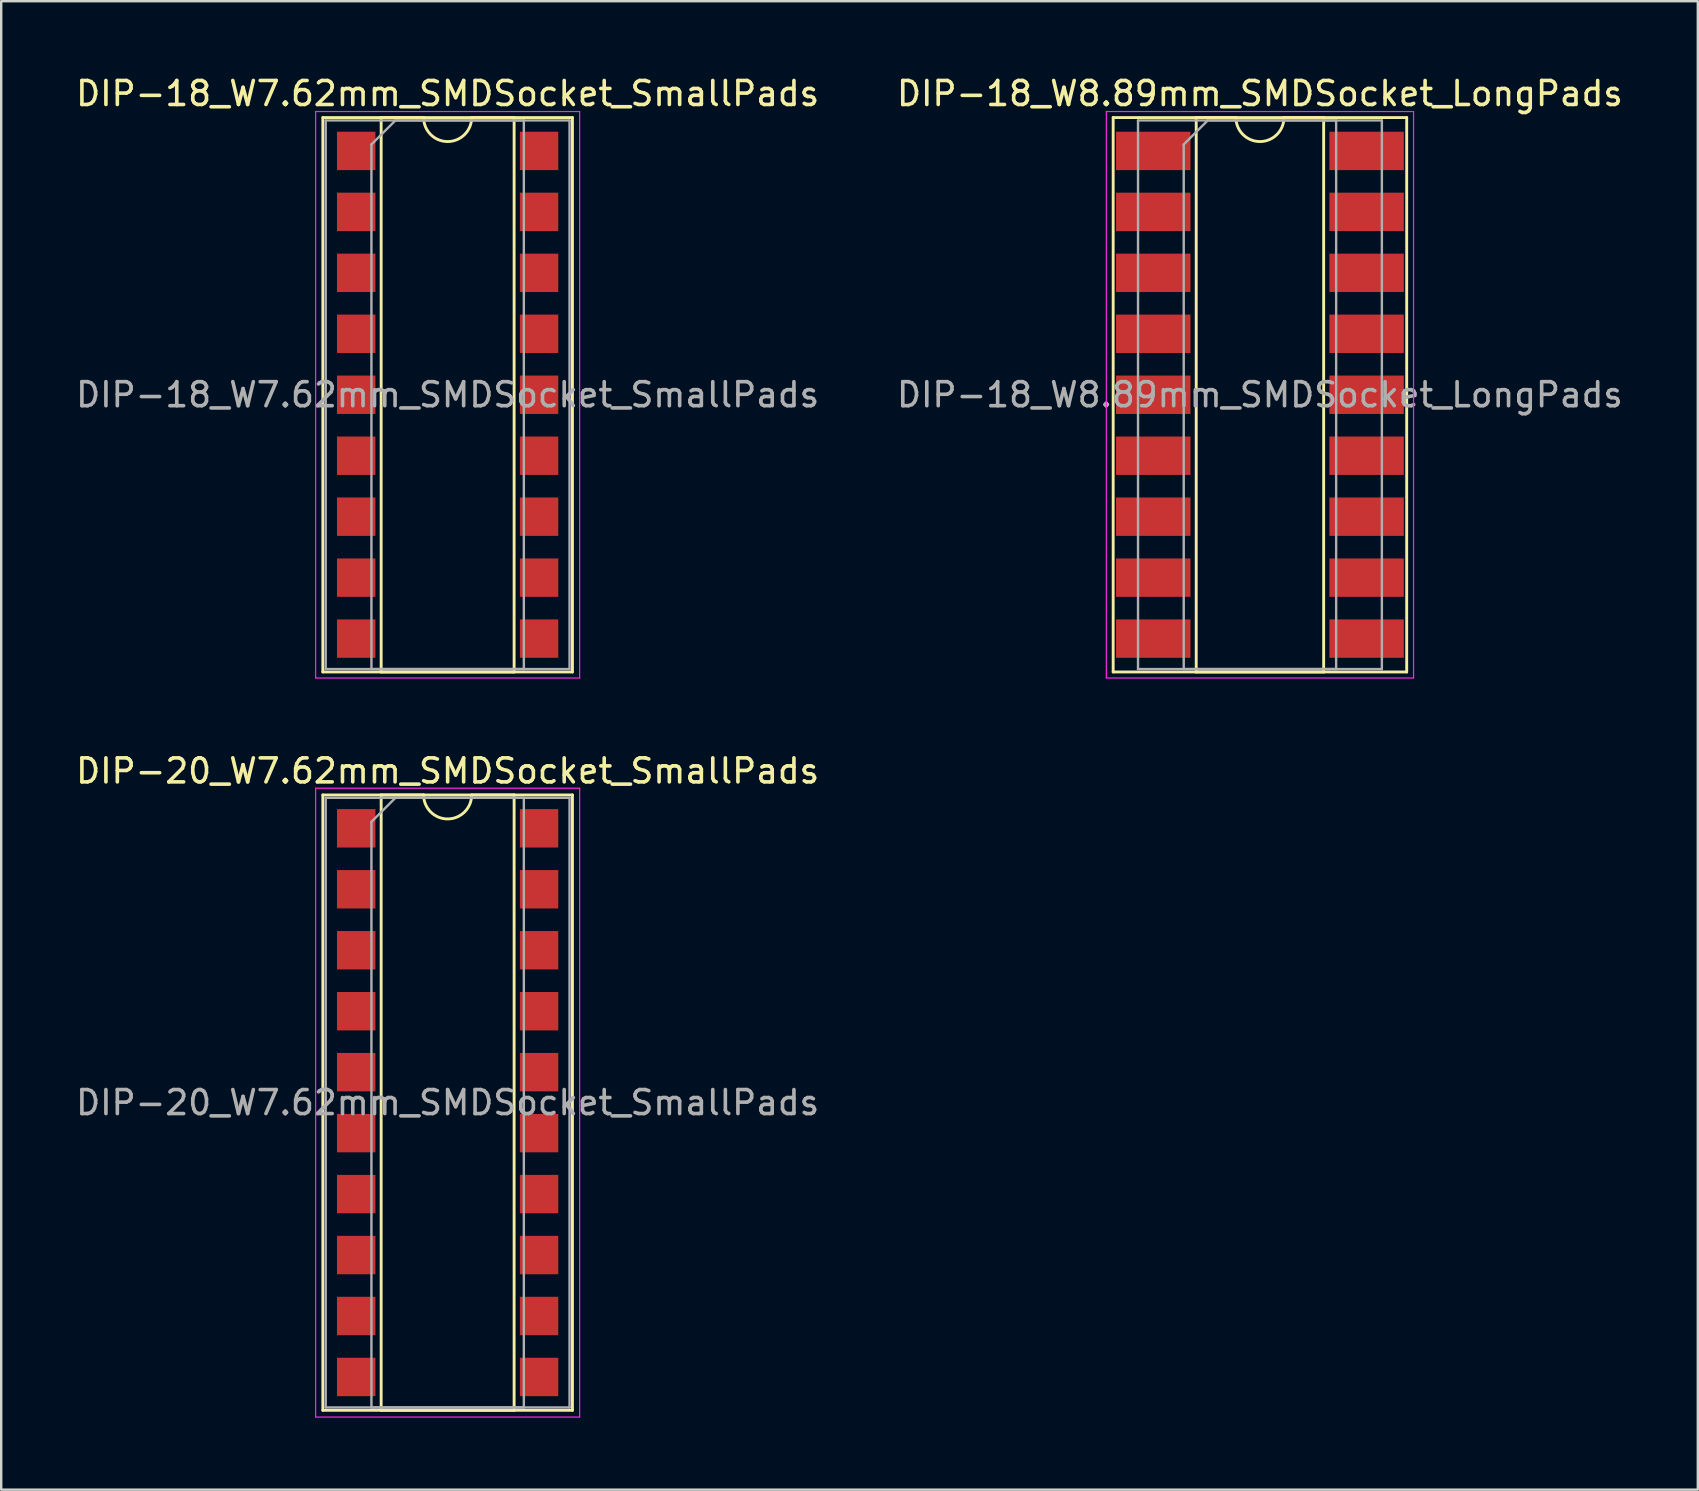
<source format=kicad_pcb>
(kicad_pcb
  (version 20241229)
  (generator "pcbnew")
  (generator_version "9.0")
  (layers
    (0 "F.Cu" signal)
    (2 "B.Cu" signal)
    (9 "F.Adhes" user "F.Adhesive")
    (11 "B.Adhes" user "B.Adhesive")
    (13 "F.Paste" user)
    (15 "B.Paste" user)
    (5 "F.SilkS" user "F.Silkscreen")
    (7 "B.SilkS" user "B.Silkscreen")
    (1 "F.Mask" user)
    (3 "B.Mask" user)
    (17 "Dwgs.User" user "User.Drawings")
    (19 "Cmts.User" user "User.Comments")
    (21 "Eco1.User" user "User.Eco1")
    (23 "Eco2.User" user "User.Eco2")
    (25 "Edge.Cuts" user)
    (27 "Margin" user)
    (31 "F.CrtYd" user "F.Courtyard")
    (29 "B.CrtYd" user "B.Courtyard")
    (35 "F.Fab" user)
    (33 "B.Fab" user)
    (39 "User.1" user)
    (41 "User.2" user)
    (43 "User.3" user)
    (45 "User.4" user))
  (footprint "DIP-18_W8.89mm_SMDSocket_LongPads"
    (layer "F.Cu")
    (at 49.446 13.398)
    (property "Reference" "DIP-18_W8.89mm_SMDSocket_LongPads" (at 0 -12.55 0) (layer "F.SilkS") (effects (font (size 1 1) (thickness 0.15))))
    (attr smd)
    (fp_line (start -6.115 -11.55) (end -6.115 11.55) (stroke (width 0.12) (type solid)) (layer "F.SilkS"))
    (fp_line (start -6.115 11.55) (end 6.115 11.55) (stroke (width 0.12) (type solid)) (layer "F.SilkS"))
    (fp_line (start -2.655 -11.55) (end -2.655 11.55) (stroke (width 0.12) (type solid)) (layer "F.SilkS"))
    (fp_line (start -2.655 11.55) (end 2.655 11.55) (stroke (width 0.12) (type solid)) (layer "F.SilkS"))
    (fp_line (start -1 -11.55) (end -2.655 -11.55) (stroke (width 0.12) (type solid)) (layer "F.SilkS"))
    (fp_line (start 2.655 -11.55) (end 1 -11.55) (stroke (width 0.12) (type solid)) (layer "F.SilkS"))
    (fp_line (start 2.655 11.55) (end 2.655 -11.55) (stroke (width 0.12) (type solid)) (layer "F.SilkS"))
    (fp_line (start 6.115 -11.55) (end -6.115 -11.55) (stroke (width 0.12) (type solid)) (layer "F.SilkS"))
    (fp_line (start 6.115 11.55) (end 6.115 -11.55) (stroke (width 0.12) (type solid)) (layer "F.SilkS"))
    (fp_arc (start 1 -11.55) (mid 0 -10.55) (end -1 -11.55) (stroke (width 0.12) (type solid)) (layer "F.SilkS"))
    (fp_line (start -6.4 -11.8) (end -6.4 11.8) (stroke (width 0.05) (type solid)) (layer "F.CrtYd"))
    (fp_line (start -6.4 11.8) (end 6.4 11.8) (stroke (width 0.05) (type solid)) (layer "F.CrtYd"))
    (fp_line (start 6.4 -11.8) (end -6.4 -11.8) (stroke (width 0.05) (type solid)) (layer "F.CrtYd"))
    (fp_line (start 6.4 11.8) (end 6.4 -11.8) (stroke (width 0.05) (type solid)) (layer "F.CrtYd"))
    (fp_line (start -5.08 -11.43) (end -5.08 11.43) (stroke (width 0.1) (type solid)) (layer "F.Fab"))
    (fp_line (start -5.08 11.43) (end 5.08 11.43) (stroke (width 0.1) (type solid)) (layer "F.Fab"))
    (fp_line (start -3.175 -10.43) (end -2.175 -11.43) (stroke (width 0.1) (type solid)) (layer "F.Fab"))
    (fp_line (start -3.175 11.43) (end -3.175 -10.43) (stroke (width 0.1) (type solid)) (layer "F.Fab"))
    (fp_line (start -2.175 -11.43) (end 3.175 -11.43) (stroke (width 0.1) (type solid)) (layer "F.Fab"))
    (fp_line (start 3.175 -11.43) (end 3.175 11.43) (stroke (width 0.1) (type solid)) (layer "F.Fab"))
    (fp_line (start 3.175 11.43) (end -3.175 11.43) (stroke (width 0.1) (type solid)) (layer "F.Fab"))
    (fp_line (start 5.08 -11.43) (end -5.08 -11.43) (stroke (width 0.1) (type solid)) (layer "F.Fab"))
    (fp_line (start 5.08 11.43) (end 5.08 -11.43) (stroke (width 0.1) (type solid)) (layer "F.Fab"))
    (fp_text user "${REFERENCE}" (at 0 0 0) (layer "F.Fab") (effects (font (size 1 1) (thickness 0.15))))
    (pad "1" smd rect (at -4.445 -10.16) (size 3.1 1.6) (layers "F.Cu" "F.Mask" "F.Paste"))
    (pad "2" smd rect (at -4.445 -7.62) (size 3.1 1.6) (layers "F.Cu" "F.Mask" "F.Paste"))
    (pad "3" smd rect (at -4.445 -5.08) (size 3.1 1.6) (layers "F.Cu" "F.Mask" "F.Paste"))
    (pad "4" smd rect (at -4.445 -2.54) (size 3.1 1.6) (layers "F.Cu" "F.Mask" "F.Paste"))
    (pad "5" smd rect (at -4.445 0) (size 3.1 1.6) (layers "F.Cu" "F.Mask" "F.Paste"))
    (pad "6" smd rect (at -4.445 2.54) (size 3.1 1.6) (layers "F.Cu" "F.Mask" "F.Paste"))
    (pad "7" smd rect (at -4.445 5.08) (size 3.1 1.6) (layers "F.Cu" "F.Mask" "F.Paste"))
    (pad "8" smd rect (at -4.445 7.62) (size 3.1 1.6) (layers "F.Cu" "F.Mask" "F.Paste"))
    (pad "9" smd rect (at -4.445 10.16) (size 3.1 1.6) (layers "F.Cu" "F.Mask" "F.Paste"))
    (pad "10" smd rect (at 4.445 10.16) (size 3.1 1.6) (layers "F.Cu" "F.Mask" "F.Paste"))
    (pad "11" smd rect (at 4.445 7.62) (size 3.1 1.6) (layers "F.Cu" "F.Mask" "F.Paste"))
    (pad "12" smd rect (at 4.445 5.08) (size 3.1 1.6) (layers "F.Cu" "F.Mask" "F.Paste"))
    (pad "13" smd rect (at 4.445 2.54) (size 3.1 1.6) (layers "F.Cu" "F.Mask" "F.Paste"))
    (pad "14" smd rect (at 4.445 0) (size 3.1 1.6) (layers "F.Cu" "F.Mask" "F.Paste"))
    (pad "15" smd rect (at 4.445 -2.54) (size 3.1 1.6) (layers "F.Cu" "F.Mask" "F.Paste"))
    (pad "16" smd rect (at 4.445 -5.08) (size 3.1 1.6) (layers "F.Cu" "F.Mask" "F.Paste"))
    (pad "17" smd rect (at 4.445 -7.62) (size 3.1 1.6) (layers "F.Cu" "F.Mask" "F.Paste"))
    (pad "18" smd rect (at 4.445 -10.16) (size 3.1 1.6) (layers "F.Cu" "F.Mask" "F.Paste")))
  (footprint "DIP-18_W7.62mm_SMDSocket_SmallPads"
    (layer "F.Cu")
    (at 15.601 13.398)
    (property "Reference" "DIP-18_W7.62mm_SMDSocket_SmallPads" (at 0 -12.55 0) (layer "F.SilkS") (effects (font (size 1 1) (thickness 0.15))))
    (attr smd)
    (fp_line (start -5.2 -11.55) (end -5.2 11.55) (stroke (width 0.12) (type solid)) (layer "F.SilkS"))
    (fp_line (start -5.2 11.55) (end 5.2 11.55) (stroke (width 0.12) (type solid)) (layer "F.SilkS"))
    (fp_line (start -2.77 -11.55) (end -2.77 11.55) (stroke (width 0.12) (type solid)) (layer "F.SilkS"))
    (fp_line (start -2.77 11.55) (end 2.77 11.55) (stroke (width 0.12) (type solid)) (layer "F.SilkS"))
    (fp_line (start -1 -11.55) (end -2.77 -11.55) (stroke (width 0.12) (type solid)) (layer "F.SilkS"))
    (fp_line (start 2.77 -11.55) (end 1 -11.55) (stroke (width 0.12) (type solid)) (layer "F.SilkS"))
    (fp_line (start 2.77 11.55) (end 2.77 -11.55) (stroke (width 0.12) (type solid)) (layer "F.SilkS"))
    (fp_line (start 5.2 -11.55) (end -5.2 -11.55) (stroke (width 0.12) (type solid)) (layer "F.SilkS"))
    (fp_line (start 5.2 11.55) (end 5.2 -11.55) (stroke (width 0.12) (type solid)) (layer "F.SilkS"))
    (fp_arc (start 1 -11.55) (mid 0 -10.55) (end -1 -11.55) (stroke (width 0.12) (type solid)) (layer "F.SilkS"))
    (fp_line (start -5.5 -11.8) (end -5.5 11.8) (stroke (width 0.05) (type solid)) (layer "F.CrtYd"))
    (fp_line (start -5.5 11.8) (end 5.5 11.8) (stroke (width 0.05) (type solid)) (layer "F.CrtYd"))
    (fp_line (start 5.5 -11.8) (end -5.5 -11.8) (stroke (width 0.05) (type solid)) (layer "F.CrtYd"))
    (fp_line (start 5.5 11.8) (end 5.5 -11.8) (stroke (width 0.05) (type solid)) (layer "F.CrtYd"))
    (fp_line (start -5.08 -11.43) (end -5.08 11.43) (stroke (width 0.1) (type solid)) (layer "F.Fab"))
    (fp_line (start -5.08 11.43) (end 5.08 11.43) (stroke (width 0.1) (type solid)) (layer "F.Fab"))
    (fp_line (start -3.175 -10.43) (end -2.175 -11.43) (stroke (width 0.1) (type solid)) (layer "F.Fab"))
    (fp_line (start -3.175 11.43) (end -3.175 -10.43) (stroke (width 0.1) (type solid)) (layer "F.Fab"))
    (fp_line (start -2.175 -11.43) (end 3.175 -11.43) (stroke (width 0.1) (type solid)) (layer "F.Fab"))
    (fp_line (start 3.175 -11.43) (end 3.175 11.43) (stroke (width 0.1) (type solid)) (layer "F.Fab"))
    (fp_line (start 3.175 11.43) (end -3.175 11.43) (stroke (width 0.1) (type solid)) (layer "F.Fab"))
    (fp_line (start 5.08 -11.43) (end -5.08 -11.43) (stroke (width 0.1) (type solid)) (layer "F.Fab"))
    (fp_line (start 5.08 11.43) (end 5.08 -11.43) (stroke (width 0.1) (type solid)) (layer "F.Fab"))
    (fp_text user "${REFERENCE}" (at 0 0 0) (layer "F.Fab") (effects (font (size 1 1) (thickness 0.15))))
    (pad "1" smd rect (at -3.81 -10.16) (size 1.6 1.6) (layers "F.Cu" "F.Mask" "F.Paste"))
    (pad "2" smd rect (at -3.81 -7.62) (size 1.6 1.6) (layers "F.Cu" "F.Mask" "F.Paste"))
    (pad "3" smd rect (at -3.81 -5.08) (size 1.6 1.6) (layers "F.Cu" "F.Mask" "F.Paste"))
    (pad "4" smd rect (at -3.81 -2.54) (size 1.6 1.6) (layers "F.Cu" "F.Mask" "F.Paste"))
    (pad "5" smd rect (at -3.81 0) (size 1.6 1.6) (layers "F.Cu" "F.Mask" "F.Paste"))
    (pad "6" smd rect (at -3.81 2.54) (size 1.6 1.6) (layers "F.Cu" "F.Mask" "F.Paste"))
    (pad "7" smd rect (at -3.81 5.08) (size 1.6 1.6) (layers "F.Cu" "F.Mask" "F.Paste"))
    (pad "8" smd rect (at -3.81 7.62) (size 1.6 1.6) (layers "F.Cu" "F.Mask" "F.Paste"))
    (pad "9" smd rect (at -3.81 10.16) (size 1.6 1.6) (layers "F.Cu" "F.Mask" "F.Paste"))
    (pad "10" smd rect (at 3.81 10.16) (size 1.6 1.6) (layers "F.Cu" "F.Mask" "F.Paste"))
    (pad "11" smd rect (at 3.81 7.62) (size 1.6 1.6) (layers "F.Cu" "F.Mask" "F.Paste"))
    (pad "12" smd rect (at 3.81 5.08) (size 1.6 1.6) (layers "F.Cu" "F.Mask" "F.Paste"))
    (pad "13" smd rect (at 3.81 2.54) (size 1.6 1.6) (layers "F.Cu" "F.Mask" "F.Paste"))
    (pad "14" smd rect (at 3.81 0) (size 1.6 1.6) (layers "F.Cu" "F.Mask" "F.Paste"))
    (pad "15" smd rect (at 3.81 -2.54) (size 1.6 1.6) (layers "F.Cu" "F.Mask" "F.Paste"))
    (pad "16" smd rect (at 3.81 -5.08) (size 1.6 1.6) (layers "F.Cu" "F.Mask" "F.Paste"))
    (pad "17" smd rect (at 3.81 -7.62) (size 1.6 1.6) (layers "F.Cu" "F.Mask" "F.Paste"))
    (pad "18" smd rect (at 3.81 -10.16) (size 1.6 1.6) (layers "F.Cu" "F.Mask" "F.Paste")))
  (footprint "DIP-20_W7.62mm_SMDSocket_SmallPads"
    (layer "F.Cu")
    (at 15.601 42.892)
    (property "Reference" "DIP-20_W7.62mm_SMDSocket_SmallPads" (at 0 -13.82 0) (layer "F.SilkS") (effects (font (size 1 1) (thickness 0.15))))
    (attr smd)
    (fp_line (start -5.2 -12.82) (end -5.2 12.82) (stroke (width 0.12) (type solid)) (layer "F.SilkS"))
    (fp_line (start -5.2 12.82) (end 5.2 12.82) (stroke (width 0.12) (type solid)) (layer "F.SilkS"))
    (fp_line (start -2.77 -12.82) (end -2.77 12.82) (stroke (width 0.12) (type solid)) (layer "F.SilkS"))
    (fp_line (start -2.77 12.82) (end 2.77 12.82) (stroke (width 0.12) (type solid)) (layer "F.SilkS"))
    (fp_line (start -1 -12.82) (end -2.77 -12.82) (stroke (width 0.12) (type solid)) (layer "F.SilkS"))
    (fp_line (start 2.77 -12.82) (end 1 -12.82) (stroke (width 0.12) (type solid)) (layer "F.SilkS"))
    (fp_line (start 2.77 12.82) (end 2.77 -12.82) (stroke (width 0.12) (type solid)) (layer "F.SilkS"))
    (fp_line (start 5.2 -12.82) (end -5.2 -12.82) (stroke (width 0.12) (type solid)) (layer "F.SilkS"))
    (fp_line (start 5.2 12.82) (end 5.2 -12.82) (stroke (width 0.12) (type solid)) (layer "F.SilkS"))
    (fp_arc (start 1 -12.82) (mid 0 -11.82) (end -1 -12.82) (stroke (width 0.12) (type solid)) (layer "F.SilkS"))
    (fp_line (start -5.5 -13.1) (end -5.5 13.1) (stroke (width 0.05) (type solid)) (layer "F.CrtYd"))
    (fp_line (start -5.5 13.1) (end 5.5 13.1) (stroke (width 0.05) (type solid)) (layer "F.CrtYd"))
    (fp_line (start 5.5 -13.1) (end -5.5 -13.1) (stroke (width 0.05) (type solid)) (layer "F.CrtYd"))
    (fp_line (start 5.5 13.1) (end 5.5 -13.1) (stroke (width 0.05) (type solid)) (layer "F.CrtYd"))
    (fp_line (start -5.08 -12.7) (end -5.08 12.7) (stroke (width 0.1) (type solid)) (layer "F.Fab"))
    (fp_line (start -5.08 12.7) (end 5.08 12.7) (stroke (width 0.1) (type solid)) (layer "F.Fab"))
    (fp_line (start -3.175 -11.7) (end -2.175 -12.7) (stroke (width 0.1) (type solid)) (layer "F.Fab"))
    (fp_line (start -3.175 12.7) (end -3.175 -11.7) (stroke (width 0.1) (type solid)) (layer "F.Fab"))
    (fp_line (start -2.175 -12.7) (end 3.175 -12.7) (stroke (width 0.1) (type solid)) (layer "F.Fab"))
    (fp_line (start 3.175 -12.7) (end 3.175 12.7) (stroke (width 0.1) (type solid)) (layer "F.Fab"))
    (fp_line (start 3.175 12.7) (end -3.175 12.7) (stroke (width 0.1) (type solid)) (layer "F.Fab"))
    (fp_line (start 5.08 -12.7) (end -5.08 -12.7) (stroke (width 0.1) (type solid)) (layer "F.Fab"))
    (fp_line (start 5.08 12.7) (end 5.08 -12.7) (stroke (width 0.1) (type solid)) (layer "F.Fab"))
    (fp_text user "${REFERENCE}" (at 0 0 0) (layer "F.Fab") (effects (font (size 1 1) (thickness 0.15))))
    (pad "1" smd rect (at -3.81 -11.43) (size 1.6 1.6) (layers "F.Cu" "F.Mask" "F.Paste"))
    (pad "2" smd rect (at -3.81 -8.89) (size 1.6 1.6) (layers "F.Cu" "F.Mask" "F.Paste"))
    (pad "3" smd rect (at -3.81 -6.35) (size 1.6 1.6) (layers "F.Cu" "F.Mask" "F.Paste"))
    (pad "4" smd rect (at -3.81 -3.81) (size 1.6 1.6) (layers "F.Cu" "F.Mask" "F.Paste"))
    (pad "5" smd rect (at -3.81 -1.27) (size 1.6 1.6) (layers "F.Cu" "F.Mask" "F.Paste"))
    (pad "6" smd rect (at -3.81 1.27) (size 1.6 1.6) (layers "F.Cu" "F.Mask" "F.Paste"))
    (pad "7" smd rect (at -3.81 3.81) (size 1.6 1.6) (layers "F.Cu" "F.Mask" "F.Paste"))
    (pad "8" smd rect (at -3.81 6.35) (size 1.6 1.6) (layers "F.Cu" "F.Mask" "F.Paste"))
    (pad "9" smd rect (at -3.81 8.89) (size 1.6 1.6) (layers "F.Cu" "F.Mask" "F.Paste"))
    (pad "10" smd rect (at -3.81 11.43) (size 1.6 1.6) (layers "F.Cu" "F.Mask" "F.Paste"))
    (pad "11" smd rect (at 3.81 11.43) (size 1.6 1.6) (layers "F.Cu" "F.Mask" "F.Paste"))
    (pad "12" smd rect (at 3.81 8.89) (size 1.6 1.6) (layers "F.Cu" "F.Mask" "F.Paste"))
    (pad "13" smd rect (at 3.81 6.35) (size 1.6 1.6) (layers "F.Cu" "F.Mask" "F.Paste"))
    (pad "14" smd rect (at 3.81 3.81) (size 1.6 1.6) (layers "F.Cu" "F.Mask" "F.Paste"))
    (pad "15" smd rect (at 3.81 1.27) (size 1.6 1.6) (layers "F.Cu" "F.Mask" "F.Paste"))
    (pad "16" smd rect (at 3.81 -1.27) (size 1.6 1.6) (layers "F.Cu" "F.Mask" "F.Paste"))
    (pad "17" smd rect (at 3.81 -3.81) (size 1.6 1.6) (layers "F.Cu" "F.Mask" "F.Paste"))
    (pad "18" smd rect (at 3.81 -6.35) (size 1.6 1.6) (layers "F.Cu" "F.Mask" "F.Paste"))
    (pad "19" smd rect (at 3.81 -8.89) (size 1.6 1.6) (layers "F.Cu" "F.Mask" "F.Paste"))
    (pad "20" smd rect (at 3.81 -11.43) (size 1.6 1.6) (layers "F.Cu" "F.Mask" "F.Paste")))
  (gr_rect
    (start -3 -3)
    (end 67.69 59.017)
    (stroke (width 0.1) (type default))
    (fill no)
    (layer "Edge.Cuts")))
</source>
